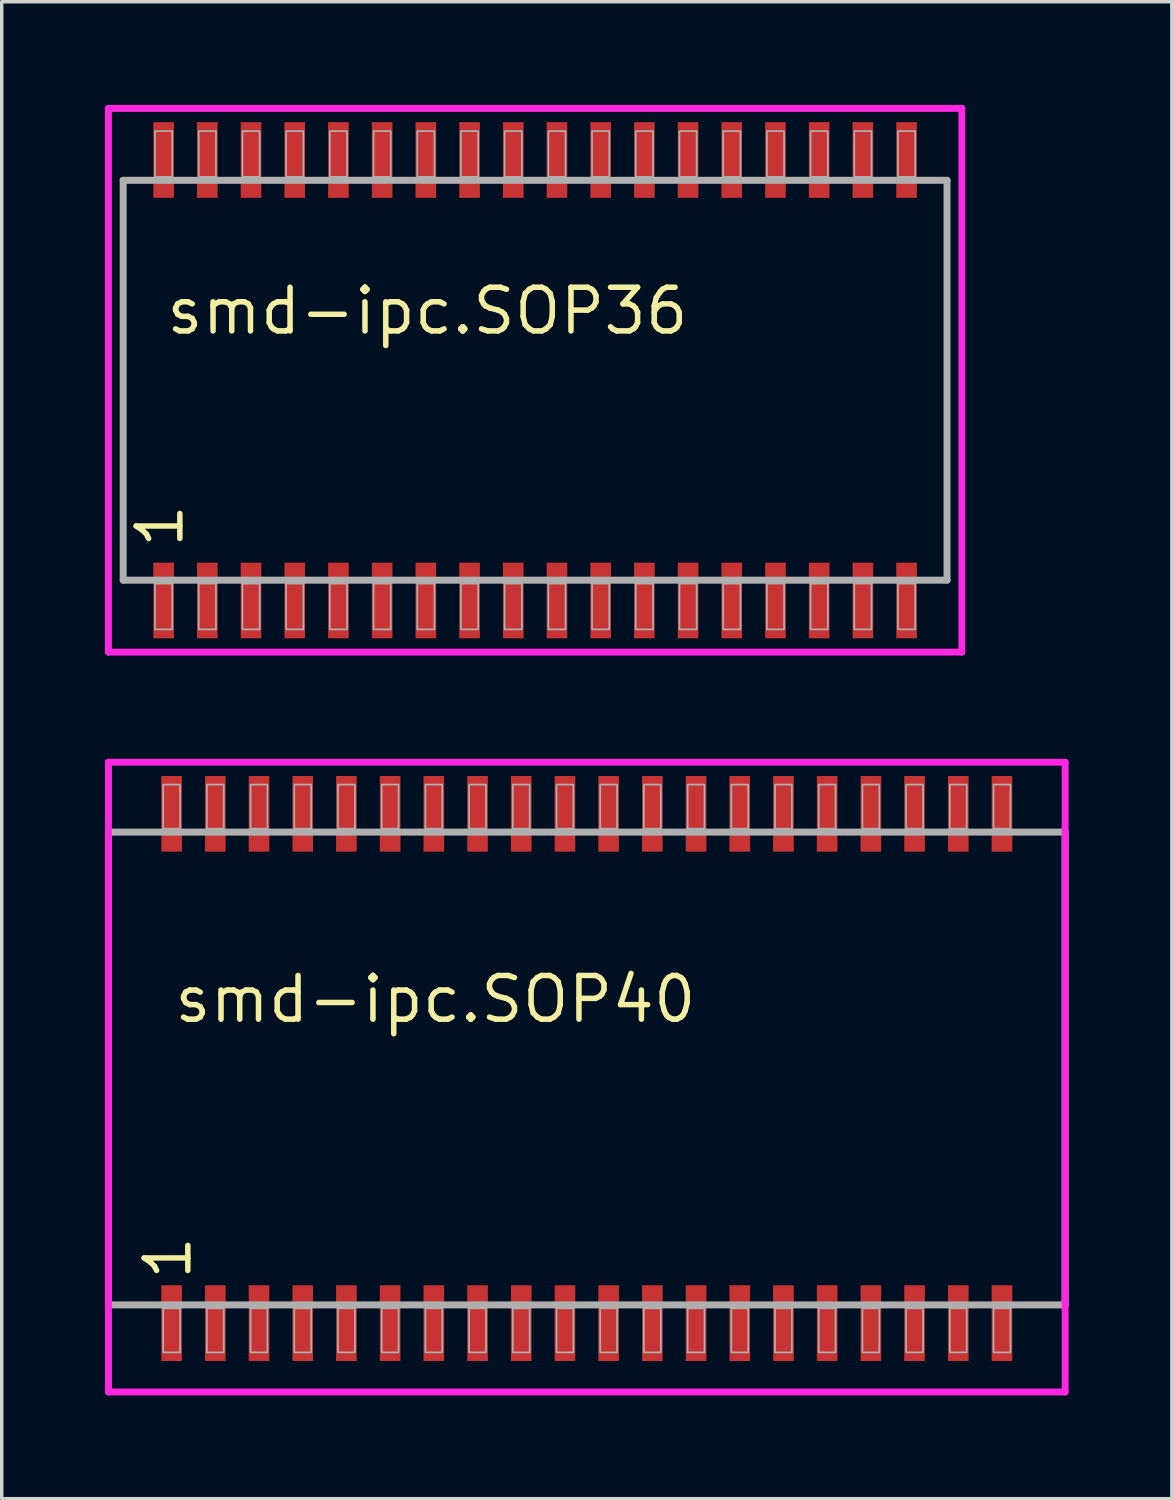
<source format=kicad_pcb>
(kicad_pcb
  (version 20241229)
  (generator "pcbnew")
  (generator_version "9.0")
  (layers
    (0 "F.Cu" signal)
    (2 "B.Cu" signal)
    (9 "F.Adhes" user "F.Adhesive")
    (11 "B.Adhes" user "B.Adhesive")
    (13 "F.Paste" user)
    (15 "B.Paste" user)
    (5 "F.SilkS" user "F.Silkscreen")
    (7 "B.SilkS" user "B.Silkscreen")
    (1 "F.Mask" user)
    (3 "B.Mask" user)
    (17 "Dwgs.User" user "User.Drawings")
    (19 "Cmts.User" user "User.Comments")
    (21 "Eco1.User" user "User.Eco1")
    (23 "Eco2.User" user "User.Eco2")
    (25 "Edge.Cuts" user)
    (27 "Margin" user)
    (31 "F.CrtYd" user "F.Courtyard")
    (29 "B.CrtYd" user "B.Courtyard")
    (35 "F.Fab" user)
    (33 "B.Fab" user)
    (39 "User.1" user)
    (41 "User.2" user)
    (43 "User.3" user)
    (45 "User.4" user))
  (footprint "smd-ipc.SOP36"
    (layer "F.Cu")
    (at 12.5 8)
    (property "Reference" "smd-ipc.SOP36" (at -10.795 -1.27 0) (layer "F.SilkS") (effects (font (size 1.27 1.27) (thickness 0.16)) (justify left bottom)))
    (attr smd)
    (fp_line (start -12.4 -7.9) (end 12.4 -7.9) (stroke (width 0.2) (type default)) (layer "F.CrtYd"))
    (fp_line (start -12.4 7.9) (end -12.4 -7.9) (stroke (width 0.2) (type default)) (layer "F.CrtYd"))
    (fp_line (start 12.4 -7.9) (end 12.4 7.9) (stroke (width 0.2) (type default)) (layer "F.CrtYd"))
    (fp_line (start 12.4 7.9) (end -12.4 7.9) (stroke (width 0.2) (type default)) (layer "F.CrtYd"))
    (fp_line (start -11.97 -5.81) (end 11.97 -5.81) (stroke (width 0.203) (type default)) (layer "F.Fab"))
    (fp_line (start -11.97 5.81) (end -11.97 -5.81) (stroke (width 0.203) (type default)) (layer "F.Fab"))
    (fp_line (start 11.97 -5.81) (end 11.97 5.81) (stroke (width 0.203) (type default)) (layer "F.Fab"))
    (fp_line (start 11.97 5.81) (end -11.97 5.81) (stroke (width 0.203) (type default)) (layer "F.Fab"))
    (fp_rect (start -11.045 -5.91) (end -10.545 -7.24) (stroke (width 0.05) (type default)) (fill no) (layer "F.Fab"))
    (fp_rect (start -11.045 7.24) (end -10.545 5.91) (stroke (width 0.05) (type default)) (fill no) (layer "F.Fab"))
    (fp_rect (start -9.775 -5.91) (end -9.275 -7.24) (stroke (width 0.05) (type default)) (fill no) (layer "F.Fab"))
    (fp_rect (start -9.775 7.24) (end -9.275 5.91) (stroke (width 0.05) (type default)) (fill no) (layer "F.Fab"))
    (fp_rect (start -8.505 -5.91) (end -8.005 -7.24) (stroke (width 0.05) (type default)) (fill no) (layer "F.Fab"))
    (fp_rect (start -8.505 7.24) (end -8.005 5.91) (stroke (width 0.05) (type default)) (fill no) (layer "F.Fab"))
    (fp_rect (start -7.235 -5.91) (end -6.735 -7.24) (stroke (width 0.05) (type default)) (fill no) (layer "F.Fab"))
    (fp_rect (start -7.235 7.24) (end -6.735 5.91) (stroke (width 0.05) (type default)) (fill no) (layer "F.Fab"))
    (fp_rect (start -5.965 -5.91) (end -5.465 -7.24) (stroke (width 0.05) (type default)) (fill no) (layer "F.Fab"))
    (fp_rect (start -5.965 7.24) (end -5.465 5.91) (stroke (width 0.05) (type default)) (fill no) (layer "F.Fab"))
    (fp_rect (start -4.695 -5.91) (end -4.195 -7.24) (stroke (width 0.05) (type default)) (fill no) (layer "F.Fab"))
    (fp_rect (start -4.695 7.24) (end -4.195 5.91) (stroke (width 0.05) (type default)) (fill no) (layer "F.Fab"))
    (fp_rect (start -3.425 -5.91) (end -2.925 -7.24) (stroke (width 0.05) (type default)) (fill no) (layer "F.Fab"))
    (fp_rect (start -3.425 7.24) (end -2.925 5.91) (stroke (width 0.05) (type default)) (fill no) (layer "F.Fab"))
    (fp_rect (start -2.155 -5.91) (end -1.655 -7.24) (stroke (width 0.05) (type default)) (fill no) (layer "F.Fab"))
    (fp_rect (start -2.155 7.24) (end -1.655 5.91) (stroke (width 0.05) (type default)) (fill no) (layer "F.Fab"))
    (fp_rect (start -0.885 -5.91) (end -0.385 -7.24) (stroke (width 0.05) (type default)) (fill no) (layer "F.Fab"))
    (fp_rect (start -0.885 7.24) (end -0.385 5.91) (stroke (width 0.05) (type default)) (fill no) (layer "F.Fab"))
    (fp_rect (start 0.385 -5.91) (end 0.885 -7.24) (stroke (width 0.05) (type default)) (fill no) (layer "F.Fab"))
    (fp_rect (start 0.385 7.24) (end 0.885 5.91) (stroke (width 0.05) (type default)) (fill no) (layer "F.Fab"))
    (fp_rect (start 1.655 -5.91) (end 2.155 -7.24) (stroke (width 0.05) (type default)) (fill no) (layer "F.Fab"))
    (fp_rect (start 1.655 7.24) (end 2.155 5.91) (stroke (width 0.05) (type default)) (fill no) (layer "F.Fab"))
    (fp_rect (start 2.925 -5.91) (end 3.425 -7.24) (stroke (width 0.05) (type default)) (fill no) (layer "F.Fab"))
    (fp_rect (start 2.925 7.24) (end 3.425 5.91) (stroke (width 0.05) (type default)) (fill no) (layer "F.Fab"))
    (fp_rect (start 4.195 -5.91) (end 4.695 -7.24) (stroke (width 0.05) (type default)) (fill no) (layer "F.Fab"))
    (fp_rect (start 4.195 7.24) (end 4.695 5.91) (stroke (width 0.05) (type default)) (fill no) (layer "F.Fab"))
    (fp_rect (start 5.465 -5.91) (end 5.965 -7.24) (stroke (width 0.05) (type default)) (fill no) (layer "F.Fab"))
    (fp_rect (start 5.465 7.24) (end 5.965 5.91) (stroke (width 0.05) (type default)) (fill no) (layer "F.Fab"))
    (fp_rect (start 6.735 -5.91) (end 7.235 -7.24) (stroke (width 0.05) (type default)) (fill no) (layer "F.Fab"))
    (fp_rect (start 6.735 7.24) (end 7.235 5.91) (stroke (width 0.05) (type default)) (fill no) (layer "F.Fab"))
    (fp_rect (start 8.005 -5.91) (end 8.505 -7.24) (stroke (width 0.05) (type default)) (fill no) (layer "F.Fab"))
    (fp_rect (start 8.005 7.24) (end 8.505 5.91) (stroke (width 0.05) (type default)) (fill no) (layer "F.Fab"))
    (fp_rect (start 9.275 -5.91) (end 9.775 -7.24) (stroke (width 0.05) (type default)) (fill no) (layer "F.Fab"))
    (fp_rect (start 9.275 7.24) (end 9.775 5.91) (stroke (width 0.05) (type default)) (fill no) (layer "F.Fab"))
    (fp_rect (start 10.545 -5.91) (end 11.045 -7.24) (stroke (width 0.05) (type default)) (fill no) (layer "F.Fab"))
    (fp_rect (start 10.545 7.24) (end 11.045 5.91) (stroke (width 0.05) (type default)) (fill no) (layer "F.Fab"))
    (fp_text user "1" (at -10.16 4.945 90) (layer "F.SilkS") (effects (font (size 1.27 1.27) (thickness 0.16)) (justify left bottom)))
    (pad "1" smd roundrect (at -10.795 6.4) (size 0.6 2.2) (layers "F.Cu" "F.Mask" "F.Paste") (roundrect_rratio 0.01))
    (pad "2" smd roundrect (at -9.525 6.4) (size 0.6 2.2) (layers "F.Cu" "F.Mask" "F.Paste") (roundrect_rratio 0.01))
    (pad "3" smd roundrect (at -8.255 6.4) (size 0.6 2.2) (layers "F.Cu" "F.Mask" "F.Paste") (roundrect_rratio 0.01))
    (pad "4" smd roundrect (at -6.985 6.4) (size 0.6 2.2) (layers "F.Cu" "F.Mask" "F.Paste") (roundrect_rratio 0.01))
    (pad "5" smd roundrect (at -5.715 6.4) (size 0.6 2.2) (layers "F.Cu" "F.Mask" "F.Paste") (roundrect_rratio 0.01))
    (pad "6" smd roundrect (at -4.445 6.4) (size 0.6 2.2) (layers "F.Cu" "F.Mask" "F.Paste") (roundrect_rratio 0.01))
    (pad "7" smd roundrect (at -3.175 6.4) (size 0.6 2.2) (layers "F.Cu" "F.Mask" "F.Paste") (roundrect_rratio 0.01))
    (pad "8" smd roundrect (at -1.905 6.4) (size 0.6 2.2) (layers "F.Cu" "F.Mask" "F.Paste") (roundrect_rratio 0.01))
    (pad "9" smd roundrect (at -0.635 6.4) (size 0.6 2.2) (layers "F.Cu" "F.Mask" "F.Paste") (roundrect_rratio 0.01))
    (pad "10" smd roundrect (at 0.635 6.4) (size 0.6 2.2) (layers "F.Cu" "F.Mask" "F.Paste") (roundrect_rratio 0.01))
    (pad "11" smd roundrect (at 1.905 6.4) (size 0.6 2.2) (layers "F.Cu" "F.Mask" "F.Paste") (roundrect_rratio 0.01))
    (pad "12" smd roundrect (at 3.175 6.4) (size 0.6 2.2) (layers "F.Cu" "F.Mask" "F.Paste") (roundrect_rratio 0.01))
    (pad "13" smd roundrect (at 4.445 6.4) (size 0.6 2.2) (layers "F.Cu" "F.Mask" "F.Paste") (roundrect_rratio 0.01))
    (pad "14" smd roundrect (at 5.715 6.4) (size 0.6 2.2) (layers "F.Cu" "F.Mask" "F.Paste") (roundrect_rratio 0.01))
    (pad "15" smd roundrect (at 6.985 6.4) (size 0.6 2.2) (layers "F.Cu" "F.Mask" "F.Paste") (roundrect_rratio 0.01))
    (pad "16" smd roundrect (at 8.255 6.4) (size 0.6 2.2) (layers "F.Cu" "F.Mask" "F.Paste") (roundrect_rratio 0.01))
    (pad "17" smd roundrect (at 9.525 6.4) (size 0.6 2.2) (layers "F.Cu" "F.Mask" "F.Paste") (roundrect_rratio 0.01))
    (pad "18" smd roundrect (at 10.795 6.4) (size 0.6 2.2) (layers "F.Cu" "F.Mask" "F.Paste") (roundrect_rratio 0.01))
    (pad "19" smd roundrect (at 10.795 -6.4) (size 0.6 2.2) (layers "F.Cu" "F.Mask" "F.Paste") (roundrect_rratio 0.01))
    (pad "20" smd roundrect (at 9.525 -6.4) (size 0.6 2.2) (layers "F.Cu" "F.Mask" "F.Paste") (roundrect_rratio 0.01))
    (pad "21" smd roundrect (at 8.255 -6.4) (size 0.6 2.2) (layers "F.Cu" "F.Mask" "F.Paste") (roundrect_rratio 0.01))
    (pad "22" smd roundrect (at 6.985 -6.4) (size 0.6 2.2) (layers "F.Cu" "F.Mask" "F.Paste") (roundrect_rratio 0.01))
    (pad "23" smd roundrect (at 5.715 -6.4) (size 0.6 2.2) (layers "F.Cu" "F.Mask" "F.Paste") (roundrect_rratio 0.01))
    (pad "24" smd roundrect (at 4.445 -6.4) (size 0.6 2.2) (layers "F.Cu" "F.Mask" "F.Paste") (roundrect_rratio 0.01))
    (pad "25" smd roundrect (at 3.175 -6.4) (size 0.6 2.2) (layers "F.Cu" "F.Mask" "F.Paste") (roundrect_rratio 0.01))
    (pad "26" smd roundrect (at 1.905 -6.4) (size 0.6 2.2) (layers "F.Cu" "F.Mask" "F.Paste") (roundrect_rratio 0.01))
    (pad "27" smd roundrect (at 0.635 -6.4) (size 0.6 2.2) (layers "F.Cu" "F.Mask" "F.Paste") (roundrect_rratio 0.01))
    (pad "28" smd roundrect (at -0.635 -6.4) (size 0.6 2.2) (layers "F.Cu" "F.Mask" "F.Paste") (roundrect_rratio 0.01))
    (pad "29" smd roundrect (at -1.905 -6.4) (size 0.6 2.2) (layers "F.Cu" "F.Mask" "F.Paste") (roundrect_rratio 0.01))
    (pad "30" smd roundrect (at -3.175 -6.4) (size 0.6 2.2) (layers "F.Cu" "F.Mask" "F.Paste") (roundrect_rratio 0.01))
    (pad "31" smd roundrect (at -4.445 -6.4) (size 0.6 2.2) (layers "F.Cu" "F.Mask" "F.Paste") (roundrect_rratio 0.01))
    (pad "32" smd roundrect (at -5.715 -6.4) (size 0.6 2.2) (layers "F.Cu" "F.Mask" "F.Paste") (roundrect_rratio 0.01))
    (pad "33" smd roundrect (at -6.985 -6.4) (size 0.6 2.2) (layers "F.Cu" "F.Mask" "F.Paste") (roundrect_rratio 0.01))
    (pad "34" smd roundrect (at -8.255 -6.4) (size 0.6 2.2) (layers "F.Cu" "F.Mask" "F.Paste") (roundrect_rratio 0.01))
    (pad "35" smd roundrect (at -9.525 -6.4) (size 0.6 2.2) (layers "F.Cu" "F.Mask" "F.Paste") (roundrect_rratio 0.01))
    (pad "36" smd roundrect (at -10.795 -6.4) (size 0.6 2.2) (layers "F.Cu" "F.Mask" "F.Paste") (roundrect_rratio 0.01)))
  (footprint "smd-ipc.SOP40"
    (layer "F.Cu")
    (at 14.002 28)
    (property "Reference" "smd-ipc.SOP40" (at -12.065 -1.27 0) (layer "F.SilkS") (effects (font (size 1.27 1.27) (thickness 0.16)) (justify left bottom)))
    (attr smd)
    (fp_line (start -13.9 -8.9) (end 13.9 -8.9) (stroke (width 0.2) (type default)) (layer "F.CrtYd"))
    (fp_line (start -13.9 9.4) (end -13.9 -8.9) (stroke (width 0.2) (type default)) (layer "F.CrtYd"))
    (fp_line (start 13.9 -8.9) (end 13.9 9.4) (stroke (width 0.2) (type default)) (layer "F.CrtYd"))
    (fp_line (start 13.9 9.4) (end -13.9 9.4) (stroke (width 0.2) (type default)) (layer "F.CrtYd"))
    (fp_line (start -13.9 -6.87) (end 13.9 -6.87) (stroke (width 0.203) (type default)) (layer "F.Fab"))
    (fp_line (start -13.9 6.87) (end -13.9 -6.87) (stroke (width 0.203) (type default)) (layer "F.Fab"))
    (fp_line (start 13.9 -6.87) (end 13.9 6.87) (stroke (width 0.203) (type default)) (layer "F.Fab"))
    (fp_line (start 13.9 6.87) (end -13.9 6.87) (stroke (width 0.203) (type default)) (layer "F.Fab"))
    (fp_rect (start -12.31 -6.97) (end -11.82 -8.25) (stroke (width 0.05) (type default)) (fill no) (layer "F.Fab"))
    (fp_rect (start -12.31 8.25) (end -11.82 6.97) (stroke (width 0.05) (type default)) (fill no) (layer "F.Fab"))
    (fp_rect (start -11.04 -6.97) (end -10.55 -8.25) (stroke (width 0.05) (type default)) (fill no) (layer "F.Fab"))
    (fp_rect (start -11.04 8.25) (end -10.55 6.97) (stroke (width 0.05) (type default)) (fill no) (layer "F.Fab"))
    (fp_rect (start -9.77 -6.97) (end -9.28 -8.25) (stroke (width 0.05) (type default)) (fill no) (layer "F.Fab"))
    (fp_rect (start -9.77 8.25) (end -9.28 6.97) (stroke (width 0.05) (type default)) (fill no) (layer "F.Fab"))
    (fp_rect (start -8.5 -6.97) (end -8.01 -8.25) (stroke (width 0.05) (type default)) (fill no) (layer "F.Fab"))
    (fp_rect (start -8.5 8.25) (end -8.01 6.97) (stroke (width 0.05) (type default)) (fill no) (layer "F.Fab"))
    (fp_rect (start -7.23 -6.97) (end -6.74 -8.25) (stroke (width 0.05) (type default)) (fill no) (layer "F.Fab"))
    (fp_rect (start -7.23 8.25) (end -6.74 6.97) (stroke (width 0.05) (type default)) (fill no) (layer "F.Fab"))
    (fp_rect (start -5.96 -6.97) (end -5.47 -8.25) (stroke (width 0.05) (type default)) (fill no) (layer "F.Fab"))
    (fp_rect (start -5.96 8.25) (end -5.47 6.97) (stroke (width 0.05) (type default)) (fill no) (layer "F.Fab"))
    (fp_rect (start -4.69 -6.97) (end -4.2 -8.25) (stroke (width 0.05) (type default)) (fill no) (layer "F.Fab"))
    (fp_rect (start -4.69 8.25) (end -4.2 6.97) (stroke (width 0.05) (type default)) (fill no) (layer "F.Fab"))
    (fp_rect (start -3.42 -6.97) (end -2.93 -8.25) (stroke (width 0.05) (type default)) (fill no) (layer "F.Fab"))
    (fp_rect (start -3.42 8.25) (end -2.93 6.97) (stroke (width 0.05) (type default)) (fill no) (layer "F.Fab"))
    (fp_rect (start -2.15 -6.97) (end -1.66 -8.25) (stroke (width 0.05) (type default)) (fill no) (layer "F.Fab"))
    (fp_rect (start -2.15 8.25) (end -1.66 6.97) (stroke (width 0.05) (type default)) (fill no) (layer "F.Fab"))
    (fp_rect (start -0.88 -6.97) (end -0.39 -8.25) (stroke (width 0.05) (type default)) (fill no) (layer "F.Fab"))
    (fp_rect (start -0.88 8.25) (end -0.39 6.97) (stroke (width 0.05) (type default)) (fill no) (layer "F.Fab"))
    (fp_rect (start 0.39 -6.97) (end 0.88 -8.25) (stroke (width 0.05) (type default)) (fill no) (layer "F.Fab"))
    (fp_rect (start 0.39 8.25) (end 0.88 6.97) (stroke (width 0.05) (type default)) (fill no) (layer "F.Fab"))
    (fp_rect (start 1.66 -6.97) (end 2.15 -8.25) (stroke (width 0.05) (type default)) (fill no) (layer "F.Fab"))
    (fp_rect (start 1.66 8.25) (end 2.15 6.97) (stroke (width 0.05) (type default)) (fill no) (layer "F.Fab"))
    (fp_rect (start 2.93 -6.97) (end 3.42 -8.25) (stroke (width 0.05) (type default)) (fill no) (layer "F.Fab"))
    (fp_rect (start 2.93 8.25) (end 3.42 6.97) (stroke (width 0.05) (type default)) (fill no) (layer "F.Fab"))
    (fp_rect (start 4.2 -6.97) (end 4.69 -8.25) (stroke (width 0.05) (type default)) (fill no) (layer "F.Fab"))
    (fp_rect (start 4.2 8.25) (end 4.69 6.97) (stroke (width 0.05) (type default)) (fill no) (layer "F.Fab"))
    (fp_rect (start 5.47 -6.97) (end 5.96 -8.25) (stroke (width 0.05) (type default)) (fill no) (layer "F.Fab"))
    (fp_rect (start 5.47 8.25) (end 5.96 6.97) (stroke (width 0.05) (type default)) (fill no) (layer "F.Fab"))
    (fp_rect (start 6.74 -6.97) (end 7.23 -8.25) (stroke (width 0.05) (type default)) (fill no) (layer "F.Fab"))
    (fp_rect (start 6.74 8.25) (end 7.23 6.97) (stroke (width 0.05) (type default)) (fill no) (layer "F.Fab"))
    (fp_rect (start 8.01 -6.97) (end 8.5 -8.25) (stroke (width 0.05) (type default)) (fill no) (layer "F.Fab"))
    (fp_rect (start 8.01 8.25) (end 8.5 6.97) (stroke (width 0.05) (type default)) (fill no) (layer "F.Fab"))
    (fp_rect (start 9.28 -6.97) (end 9.77 -8.25) (stroke (width 0.05) (type default)) (fill no) (layer "F.Fab"))
    (fp_rect (start 9.28 8.25) (end 9.77 6.97) (stroke (width 0.05) (type default)) (fill no) (layer "F.Fab"))
    (fp_rect (start 10.55 -6.97) (end 11.04 -8.25) (stroke (width 0.05) (type default)) (fill no) (layer "F.Fab"))
    (fp_rect (start 10.55 8.25) (end 11.04 6.97) (stroke (width 0.05) (type default)) (fill no) (layer "F.Fab"))
    (fp_rect (start 11.82 -6.97) (end 12.31 -8.25) (stroke (width 0.05) (type default)) (fill no) (layer "F.Fab"))
    (fp_rect (start 11.82 8.25) (end 12.31 6.97) (stroke (width 0.05) (type default)) (fill no) (layer "F.Fab"))
    (fp_text user "1" (at -11.43 6.215 90) (layer "F.SilkS") (effects (font (size 1.27 1.27) (thickness 0.16)) (justify left bottom)))
    (pad "1" smd roundrect (at -12.065 7.4) (size 0.6 2.2) (layers "F.Cu" "F.Mask" "F.Paste") (roundrect_rratio 0.01))
    (pad "2" smd roundrect (at -10.795 7.4) (size 0.6 2.2) (layers "F.Cu" "F.Mask" "F.Paste") (roundrect_rratio 0.01))
    (pad "3" smd roundrect (at -9.525 7.4) (size 0.6 2.2) (layers "F.Cu" "F.Mask" "F.Paste") (roundrect_rratio 0.01))
    (pad "4" smd roundrect (at -8.255 7.4) (size 0.6 2.2) (layers "F.Cu" "F.Mask" "F.Paste") (roundrect_rratio 0.01))
    (pad "5" smd roundrect (at -6.985 7.4) (size 0.6 2.2) (layers "F.Cu" "F.Mask" "F.Paste") (roundrect_rratio 0.01))
    (pad "6" smd roundrect (at -5.715 7.4) (size 0.6 2.2) (layers "F.Cu" "F.Mask" "F.Paste") (roundrect_rratio 0.01))
    (pad "7" smd roundrect (at -4.445 7.4) (size 0.6 2.2) (layers "F.Cu" "F.Mask" "F.Paste") (roundrect_rratio 0.01))
    (pad "8" smd roundrect (at -3.175 7.4) (size 0.6 2.2) (layers "F.Cu" "F.Mask" "F.Paste") (roundrect_rratio 0.01))
    (pad "9" smd roundrect (at -1.905 7.4) (size 0.6 2.2) (layers "F.Cu" "F.Mask" "F.Paste") (roundrect_rratio 0.01))
    (pad "10" smd roundrect (at -0.635 7.4) (size 0.6 2.2) (layers "F.Cu" "F.Mask" "F.Paste") (roundrect_rratio 0.01))
    (pad "11" smd roundrect (at 0.635 7.4) (size 0.6 2.2) (layers "F.Cu" "F.Mask" "F.Paste") (roundrect_rratio 0.01))
    (pad "12" smd roundrect (at 1.905 7.4) (size 0.6 2.2) (layers "F.Cu" "F.Mask" "F.Paste") (roundrect_rratio 0.01))
    (pad "13" smd roundrect (at 3.175 7.4) (size 0.6 2.2) (layers "F.Cu" "F.Mask" "F.Paste") (roundrect_rratio 0.01))
    (pad "14" smd roundrect (at 4.445 7.4) (size 0.6 2.2) (layers "F.Cu" "F.Mask" "F.Paste") (roundrect_rratio 0.01))
    (pad "15" smd roundrect (at 5.715 7.4) (size 0.6 2.2) (layers "F.Cu" "F.Mask" "F.Paste") (roundrect_rratio 0.01))
    (pad "16" smd roundrect (at 6.985 7.4) (size 0.6 2.2) (layers "F.Cu" "F.Mask" "F.Paste") (roundrect_rratio 0.01))
    (pad "17" smd roundrect (at 8.255 7.4) (size 0.6 2.2) (layers "F.Cu" "F.Mask" "F.Paste") (roundrect_rratio 0.01))
    (pad "18" smd roundrect (at 9.525 7.4) (size 0.6 2.2) (layers "F.Cu" "F.Mask" "F.Paste") (roundrect_rratio 0.01))
    (pad "19" smd roundrect (at 10.795 7.4) (size 0.6 2.2) (layers "F.Cu" "F.Mask" "F.Paste") (roundrect_rratio 0.01))
    (pad "20" smd roundrect (at 12.065 7.4) (size 0.6 2.2) (layers "F.Cu" "F.Mask" "F.Paste") (roundrect_rratio 0.01))
    (pad "21" smd roundrect (at 12.065 -7.4) (size 0.6 2.2) (layers "F.Cu" "F.Mask" "F.Paste") (roundrect_rratio 0.01))
    (pad "22" smd roundrect (at 10.795 -7.4) (size 0.6 2.2) (layers "F.Cu" "F.Mask" "F.Paste") (roundrect_rratio 0.01))
    (pad "23" smd roundrect (at 9.525 -7.4) (size 0.6 2.2) (layers "F.Cu" "F.Mask" "F.Paste") (roundrect_rratio 0.01))
    (pad "24" smd roundrect (at 8.255 -7.4) (size 0.6 2.2) (layers "F.Cu" "F.Mask" "F.Paste") (roundrect_rratio 0.01))
    (pad "25" smd roundrect (at 6.985 -7.4) (size 0.6 2.2) (layers "F.Cu" "F.Mask" "F.Paste") (roundrect_rratio 0.01))
    (pad "26" smd roundrect (at 5.715 -7.4) (size 0.6 2.2) (layers "F.Cu" "F.Mask" "F.Paste") (roundrect_rratio 0.01))
    (pad "27" smd roundrect (at 4.445 -7.4) (size 0.6 2.2) (layers "F.Cu" "F.Mask" "F.Paste") (roundrect_rratio 0.01))
    (pad "28" smd roundrect (at 3.175 -7.4) (size 0.6 2.2) (layers "F.Cu" "F.Mask" "F.Paste") (roundrect_rratio 0.01))
    (pad "29" smd roundrect (at 1.905 -7.4) (size 0.6 2.2) (layers "F.Cu" "F.Mask" "F.Paste") (roundrect_rratio 0.01))
    (pad "30" smd roundrect (at 0.635 -7.4) (size 0.6 2.2) (layers "F.Cu" "F.Mask" "F.Paste") (roundrect_rratio 0.01))
    (pad "31" smd roundrect (at -0.635 -7.4) (size 0.6 2.2) (layers "F.Cu" "F.Mask" "F.Paste") (roundrect_rratio 0.01))
    (pad "32" smd roundrect (at -1.905 -7.4) (size 0.6 2.2) (layers "F.Cu" "F.Mask" "F.Paste") (roundrect_rratio 0.01))
    (pad "33" smd roundrect (at -3.175 -7.4) (size 0.6 2.2) (layers "F.Cu" "F.Mask" "F.Paste") (roundrect_rratio 0.01))
    (pad "34" smd roundrect (at -4.445 -7.4) (size 0.6 2.2) (layers "F.Cu" "F.Mask" "F.Paste") (roundrect_rratio 0.01))
    (pad "35" smd roundrect (at -5.715 -7.4) (size 0.6 2.2) (layers "F.Cu" "F.Mask" "F.Paste") (roundrect_rratio 0.01))
    (pad "36" smd roundrect (at -6.985 -7.4) (size 0.6 2.2) (layers "F.Cu" "F.Mask" "F.Paste") (roundrect_rratio 0.01))
    (pad "37" smd roundrect (at -8.255 -7.4) (size 0.6 2.2) (layers "F.Cu" "F.Mask" "F.Paste") (roundrect_rratio 0.01))
    (pad "38" smd roundrect (at -9.525 -7.4) (size 0.6 2.2) (layers "F.Cu" "F.Mask" "F.Paste") (roundrect_rratio 0.01))
    (pad "39" smd roundrect (at -10.795 -7.4) (size 0.6 2.2) (layers "F.Cu" "F.Mask" "F.Paste") (roundrect_rratio 0.01))
    (pad "40" smd roundrect (at -12.065 -7.4) (size 0.6 2.2) (layers "F.Cu" "F.Mask" "F.Paste") (roundrect_rratio 0.01)))
  (gr_rect
    (start -3 -3)
    (end 31.003 40.5)
    (stroke (width 0.1) (type default))
    (fill no)
    (layer "Edge.Cuts")))
</source>
